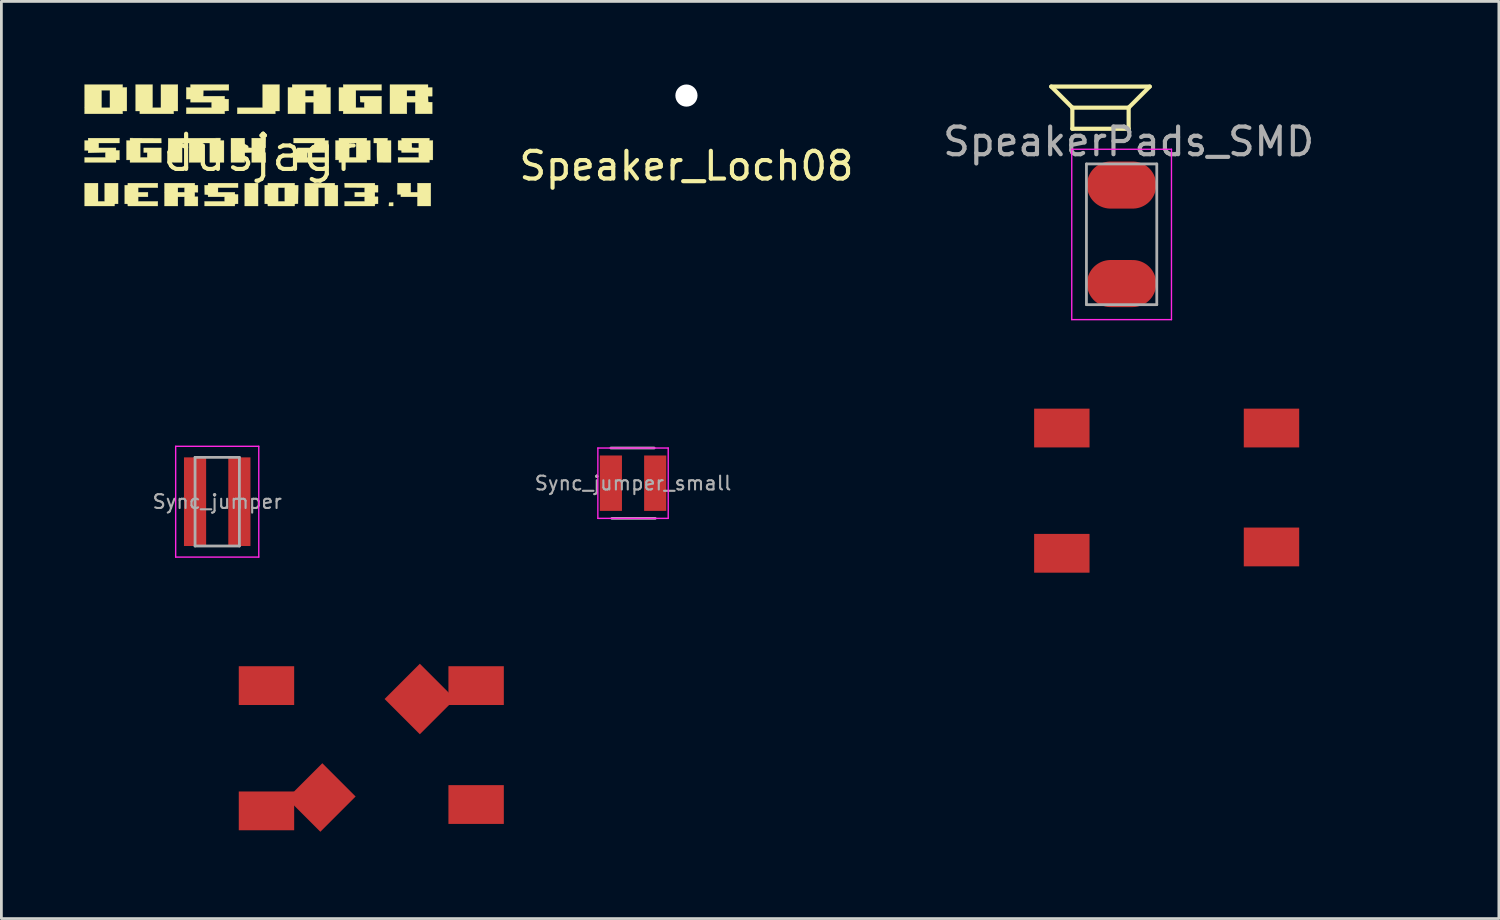
<source format=kicad_pcb>
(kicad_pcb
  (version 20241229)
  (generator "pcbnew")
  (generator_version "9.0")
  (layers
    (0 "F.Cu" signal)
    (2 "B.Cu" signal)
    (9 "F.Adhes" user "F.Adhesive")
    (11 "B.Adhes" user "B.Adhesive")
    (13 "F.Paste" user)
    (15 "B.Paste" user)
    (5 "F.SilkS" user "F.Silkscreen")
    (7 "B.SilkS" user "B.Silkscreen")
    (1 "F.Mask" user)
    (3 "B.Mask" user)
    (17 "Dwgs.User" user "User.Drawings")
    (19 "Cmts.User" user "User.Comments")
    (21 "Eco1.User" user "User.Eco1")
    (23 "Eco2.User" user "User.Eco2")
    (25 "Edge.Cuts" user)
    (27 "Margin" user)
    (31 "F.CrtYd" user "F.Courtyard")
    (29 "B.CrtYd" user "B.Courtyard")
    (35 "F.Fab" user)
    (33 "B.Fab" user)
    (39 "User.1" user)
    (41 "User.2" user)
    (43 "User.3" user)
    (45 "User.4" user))
  (footprint "Sync_jumper_small"
    (layer "F.Cu")
    (at 19.804 14.394)
    (property "Reference" "Sync_jumper_small" (at 0 -2.032 0) (layer "Eco2.User") (effects (font (size 1 1) (thickness 0.15))))
    (attr smd)
    (fp_line (start -1.27 -1.27) (end -1.27 1.27) (stroke (width 0.05) (type solid)) (layer "F.CrtYd"))
    (fp_line (start -1.27 -1.27) (end 1.27 -1.27) (stroke (width 0.05) (type solid)) (layer "F.CrtYd"))
    (fp_line (start -1.27 1.27) (end 1.27 1.27) (stroke (width 0.05) (type solid)) (layer "F.CrtYd"))
    (fp_line (start 1.27 -1.27) (end 1.27 1.27) (stroke (width 0.05) (type solid)) (layer "F.CrtYd"))
    (fp_line (start -0.8 -1.27) (end 0.762 -1.27) (stroke (width 0.1) (type solid)) (layer "F.Fab"))
    (fp_line (start 0.8 1.27) (end -0.762 1.27) (stroke (width 0.1) (type solid)) (layer "F.Fab"))
    (fp_text user "${REFERENCE}" (at 0 0 0) (layer "F.Fab") (effects (font (size 0.5 0.5) (thickness 0.075))))
    (pad "1" smd rect (at -0.8 0) (size 0.8 2) (layers "F.Cu" "F.Mask" "F.Paste"))
    (pad "2" smd rect (at 0.8 0) (size 0.8 2) (layers "F.Cu" "F.Mask" "F.Paste")))
  (footprint "TACTILE-PTH_6mm_SMD_3d"
    (layer "F.Cu")
    (at 10.329 23.963)
    (property "Reference" "TACTILE-PTH_6mm_SMD_3d" (at 0 -2.032 0) (layer "Eco2.User") (effects (font (size 1 1) (thickness 0.127))))
    (attr exclude_from_pos_files exclude_from_bom)
    (fp_line (start -3.048 -1.026) (end -3.048 1.016) (stroke (width 0.203) (type solid)) (layer "Eco2.User"))
    (fp_line (start -2.159 3.048) (end 2.159 3.048) (stroke (width 0.203) (type solid)) (layer "Eco2.User"))
    (fp_line (start -2.032 -1.27) (end -2.032 -0.508) (stroke (width 0.203) (type solid)) (layer "Eco2.User"))
    (fp_line (start -2.032 -0.508) (end -1.651 0.381) (stroke (width 0.203) (type solid)) (layer "Eco2.User"))
    (fp_line (start -2.032 0.508) (end -2.032 1.27) (stroke (width 0.203) (type solid)) (layer "Eco2.User"))
    (fp_line (start 2.159 -3.048) (end -2.159 -3.048) (stroke (width 0.203) (type solid)) (layer "Eco2.User"))
    (fp_line (start 3.048 -0.996) (end 3.048 1.016) (stroke (width 0.203) (type solid)) (layer "Eco2.User"))
    (fp_circle (center 0 0) (end -0.889 0.889) (stroke (width 0.102) (type solid)) (fill no) (layer "Eco2.User"))
    (pad "1" smd rect (at -3.759 -2.261) (size 2 1.4) (layers "F.Cu" "F.Mask" "F.Paste"))
    (pad "1" smd rect (at 1.778 -1.778 45) (size 1.8 1.8) (layers "F.Cu" "F.Mask" "F.Paste"))
    (pad "1" smd rect (at 3.81 -2.261) (size 2 1.4) (layers "F.Cu" "F.Mask" "F.Paste"))
    (pad "2" smd rect (at -3.759 2.261) (size 2 1.4) (layers "F.Cu" "F.Mask" "F.Paste"))
    (pad "2" smd rect (at -1.778 1.778 45) (size 1.8 1.7) (layers "F.Cu" "F.Mask" "F.Paste"))
    (pad "2" smd rect (at 3.81 2.032) (size 2 1.4) (layers "F.Cu" "F.Mask" "F.Paste")))
  (footprint "Sync_jumper"
    (layer "F.Cu")
    (at 4.792 15.062)
    (property "Reference" "Sync_jumper" (at 0 -2.7 0) (layer "Eco2.User") (effects (font (size 1 1) (thickness 0.15))))
    (attr smd)
    (fp_line (start -1.5 -2) (end -1.5 2) (stroke (width 0.05) (type solid)) (layer "F.CrtYd"))
    (fp_line (start -1.5 -2) (end 1.5 -2) (stroke (width 0.05) (type solid)) (layer "F.CrtYd"))
    (fp_line (start -1.5 2) (end 1.5 2) (stroke (width 0.05) (type solid)) (layer "F.CrtYd"))
    (fp_line (start 1.5 -2) (end 1.5 2) (stroke (width 0.05) (type solid)) (layer "F.CrtYd"))
    (fp_line (start -0.8 -1.6) (end 0.8 -1.6) (stroke (width 0.1) (type solid)) (layer "F.Fab"))
    (fp_line (start -0.8 1.6) (end -0.8 -1.6) (stroke (width 0.1) (type solid)) (layer "F.Fab"))
    (fp_line (start 0.8 -1.6) (end 0.8 1.6) (stroke (width 0.1) (type solid)) (layer "F.Fab"))
    (fp_line (start 0.8 1.6) (end -0.8 1.6) (stroke (width 0.1) (type solid)) (layer "F.Fab"))
    (fp_text user "${REFERENCE}" (at 0 0 0) (layer "F.Fab") (effects (font (size 0.5 0.5) (thickness 0.075))))
    (pad "1" smd rect (at -0.8 0) (size 0.8 3.2) (layers "F.Cu" "F.Mask" "F.Paste"))
    (pad "2" smd rect (at 0.8 0) (size 0.8 3.2) (layers "F.Cu" "F.Mask" "F.Paste")))
  (footprint "Speaker_Loch08"
    (layer "F.Cu")
    (at 21.732 0.4)
    (property "Reference" "Speaker_Loch08" (at 0 2.54 0) (layer "F.SilkS") (effects (font (size 1 1) (thickness 0.15))))
    (attr through_hole)
    (pad "" np_thru_hole circle (at 0 0) (size 0.8 0.8) (drill 0.8) (layers "*.Cu" "*.Mask")))
  (footprint "TACTILE-PTH_6mm_SMD"
    (layer "F.Cu")
    (at 39.043 14.664)
    (property "Reference" "TACTILE-PTH_6mm_SMD" (at 0 -2.032 0) (layer "Eco2.User") (effects (font (size 1 1) (thickness 0.127))))
    (attr exclude_from_pos_files exclude_from_bom)
    (fp_line (start -3.048 -1.026) (end -3.048 1.016) (stroke (width 0.203) (type solid)) (layer "Eco2.User"))
    (fp_line (start -2.159 3.048) (end 2.159 3.048) (stroke (width 0.203) (type solid)) (layer "Eco2.User"))
    (fp_line (start -2.032 -1.27) (end -2.032 -0.508) (stroke (width 0.203) (type solid)) (layer "Eco2.User"))
    (fp_line (start -2.032 -0.508) (end -1.651 0.381) (stroke (width 0.203) (type solid)) (layer "Eco2.User"))
    (fp_line (start -2.032 0.508) (end -2.032 1.27) (stroke (width 0.203) (type solid)) (layer "Eco2.User"))
    (fp_line (start 2.159 -3.048) (end -2.159 -3.048) (stroke (width 0.203) (type solid)) (layer "Eco2.User"))
    (fp_line (start 3.048 -0.996) (end 3.048 1.016) (stroke (width 0.203) (type solid)) (layer "Eco2.User"))
    (fp_circle (center 0 0) (end -0.889 0.889) (stroke (width 0.102) (type solid)) (fill no) (layer "Eco2.User"))
    (pad "1" smd rect (at -3.759 -2.261) (size 2 1.4) (layers "F.Cu" "F.Mask" "F.Paste"))
    (pad "1" smd rect (at 3.81 -2.261) (size 2 1.4) (layers "F.Cu" "F.Mask" "F.Paste"))
    (pad "2" smd rect (at -3.759 2.261) (size 2 1.4) (layers "F.Cu" "F.Mask" "F.Paste"))
    (pad "2" smd rect (at 3.81 2.032) (size 2 1.4) (layers "F.Cu" "F.Mask" "F.Paste")))
  (footprint "SpeakerPads_SMD"
    (layer "F.Cu")
    (at 37.442 4.139)
    (property "Reference" "SpeakerPads_SMD" (at 0.254 -2.032 0) (layer "Eco2.User") (effects (font (size 1 1) (thickness 0.15))))
    (attr through_hole)
    (fp_line (start -2.54 -4.064) (end 1.016 -4.064) (stroke (width 0.15) (type solid)) (layer "F.SilkS"))
    (fp_line (start -1.778 -3.302) (end -2.54 -4.064) (stroke (width 0.15) (type solid)) (layer "F.SilkS"))
    (fp_line (start -1.778 -3.302) (end -1.778 -2.54) (stroke (width 0.15) (type solid)) (layer "F.SilkS"))
    (fp_line (start -1.778 -2.54) (end 0.254 -2.54) (stroke (width 0.15) (type solid)) (layer "F.SilkS"))
    (fp_line (start 0.254 -3.302) (end -1.778 -3.302) (stroke (width 0.15) (type solid)) (layer "F.SilkS"))
    (fp_line (start 0.254 -3.302) (end 1.016 -4.064) (stroke (width 0.15) (type solid)) (layer "F.SilkS"))
    (fp_line (start 0.254 -2.54) (end 0.254 -3.302) (stroke (width 0.15) (type solid)) (layer "F.SilkS"))
    (fp_line (start -1.8 -1.8) (end -1.8 4.35) (stroke (width 0.05) (type solid)) (layer "F.CrtYd"))
    (fp_line (start -1.8 4.35) (end 1.8 4.35) (stroke (width 0.05) (type solid)) (layer "F.CrtYd"))
    (fp_line (start 1.8 -1.8) (end -1.8 -1.8) (stroke (width 0.05) (type solid)) (layer "F.CrtYd"))
    (fp_line (start 1.8 4.35) (end 1.8 -1.8) (stroke (width 0.05) (type solid)) (layer "F.CrtYd"))
    (fp_line (start -1.27 -1.27) (end -1.27 3.81) (stroke (width 0.1) (type solid)) (layer "F.Fab"))
    (fp_line (start -1.27 3.81) (end 1.27 3.81) (stroke (width 0.1) (type solid)) (layer "F.Fab"))
    (fp_line (start 1.27 -1.27) (end -1.27 -1.27) (stroke (width 0.1) (type solid)) (layer "F.Fab"))
    (fp_line (start 1.27 3.81) (end 1.27 -1.27) (stroke (width 0.1) (type solid)) (layer "F.Fab"))
    (fp_text user "${REFERENCE}" (at 0.254 -2.076 0) (layer "F.Fab") (effects (font (size 1 1) (thickness 0.15))))
    (pad "1" smd oval (at 0 -0.508) (size 2.5 1.7) (layers "F.Cu" "F.Mask" "F.Paste"))
    (pad "2" smd oval (at 0 3.048) (size 2.5 1.7) (layers "F.Cu" "F.Mask" "F.Paste")))
  (footprint "dusjagr"
    (layer "F.Cu")
    (at 6.33 2.469)
    (property "Reference" "dusjagr" (at 0 0 0) (layer "F.SilkS") (effects (font (size 1.27 1.27) (thickness 0.15))))
    (attr through_hole)
    (fp_poly (pts (xy -0.064 1.918) (xy -0.546 1.918) (xy -0.546 1.092) (xy -0.064 1.092) (xy -0.064 1.918)) (stroke (width 0.01) (type solid)) (fill yes) (layer "F.SilkS"))
    (fp_poly (pts (xy 4.813 1.918) (xy 4.66 1.918) (xy 4.667 1.797) (xy 4.813 1.789) (xy 4.813 1.918)) (stroke (width 0.01) (type solid)) (fill yes) (layer "F.SilkS"))
    (fp_poly (pts (xy 0.711 -1.511) (xy 0.559 -1.511) (xy 0.559 -1.41) (xy -0.813 -1.41) (xy -0.813 -1.626) (xy 0.102 -1.626) (xy 0.102 -2.464) (xy 0.711 -2.464) (xy 0.711 -1.511)) (stroke (width 0.01) (type solid)) (fill yes) (layer "F.SilkS"))
    (fp_poly (pts (xy -3.873 -1.626) (xy -3.569 -1.626) (xy -3.569 -2.464) (xy -2.959 -2.464) (xy -2.959 -1.511) (xy -3.111 -1.511) (xy -3.111 -1.41) (xy -4.331 -1.41) (xy -4.331 -1.511) (xy -4.483 -1.511) (xy -4.483 -2.464) (xy -3.873 -2.464) (xy -3.873 -1.626)) (stroke (width 0.01) (type solid)) (fill yes) (layer "F.SilkS"))
    (fp_poly (pts (xy 5.448 1.422) (xy 5.69 1.422) (xy 5.69 1.092) (xy 6.172 1.092) (xy 6.172 1.918) (xy 5.69 1.918) (xy 5.69 1.587) (xy 5.093 1.587) (xy 5.093 1.499) (xy 4.966 1.499) (xy 4.966 1.092) (xy 5.448 1.092) (xy 5.448 1.422)) (stroke (width 0.01) (type solid)) (fill yes) (layer "F.SilkS"))
    (fp_poly (pts (xy -5.842 1.753) (xy -5.601 1.753) (xy -5.601 1.092) (xy -5.118 1.092) (xy -5.118 1.841) (xy -5.182 1.841) (xy -5.219 1.842) (xy -5.238 1.847) (xy -5.244 1.861) (xy -5.245 1.88) (xy -5.245 1.918) (xy -6.325 1.918) (xy -6.325 1.092) (xy -5.842 1.092) (xy -5.842 1.753)) (stroke (width 0.01) (type solid)) (fill yes) (layer "F.SilkS"))
    (fp_poly (pts (xy 2.705 1.13) (xy 2.707 1.154) (xy 2.716 1.165) (xy 2.741 1.168) (xy 2.762 1.168) (xy 2.819 1.168) (xy 2.819 1.918) (xy 2.349 1.918) (xy 2.349 1.257) (xy 2.108 1.257) (xy 2.108 1.918) (xy 1.626 1.918) (xy 1.626 1.092) (xy 2.705 1.092) (xy 2.705 1.13)) (stroke (width 0.01) (type solid)) (fill yes) (layer "F.SilkS"))
    (fp_poly (pts (xy -4.953 -2.362) (xy -4.801 -2.362) (xy -4.801 -1.511) (xy -4.953 -1.511) (xy -4.953 -1.41) (xy -6.325 -1.41) (xy -6.325 -2.261) (xy -5.715 -2.261) (xy -5.715 -1.626) (xy -5.41 -1.626) (xy -5.41 -2.261) (xy -5.715 -2.261) (xy -6.325 -2.261) (xy -6.325 -2.464) (xy -4.953 -2.464) (xy -4.953 -2.362)) (stroke (width 0.01) (type solid)) (fill yes) (layer "F.SilkS"))
    (fp_poly (pts (xy -4.124 -0.53) (xy -3.562 -0.527) (xy -3.555 -0.356) (xy -4.318 -0.356) (xy -4.318 0.165) (xy -4.064 0.165) (xy -4.064 -0.013) (xy -4.191 -0.013) (xy -4.191 -0.178) (xy -3.556 -0.178) (xy -3.556 0.343) (xy -4.686 0.343) (xy -4.686 0.254) (xy -4.813 0.254) (xy -4.813 -0.445) (xy -4.686 -0.445) (xy -4.686 -0.534) (xy -4.124 -0.53)) (stroke (width 0.01) (type solid)) (fill yes) (layer "F.SilkS"))
    (fp_poly (pts (xy 4.394 -2.261) (xy 3.467 -2.261) (xy 3.467 -1.626) (xy 3.772 -1.626) (xy 3.772 -1.828) (xy 3.699 -1.831) (xy 3.626 -1.835) (xy 3.618 -2.045) (xy 4.394 -2.045) (xy 4.394 -1.41) (xy 3.01 -1.41) (xy 3.01 -1.511) (xy 2.857 -1.511) (xy 2.857 -2.362) (xy 3.01 -2.362) (xy 3.01 -2.464) (xy 4.394 -2.464) (xy 4.394 -2.261)) (stroke (width 0.01) (type solid)) (fill yes) (layer "F.SilkS"))
    (fp_poly (pts (xy 2.4 -2.362) (xy 2.553 -2.362) (xy 2.553 -1.41) (xy 1.943 -1.41) (xy 1.943 -1.829) (xy 1.638 -1.829) (xy 1.638 -1.41) (xy 1.016 -1.41) (xy 1.016 -2.261) (xy 1.638 -2.261) (xy 1.638 -2.045) (xy 1.943 -2.045) (xy 1.943 -2.261) (xy 1.638 -2.261) (xy 1.016 -2.261) (xy 1.016 -2.362) (xy 1.168 -2.362) (xy 1.168 -2.464) (xy 2.4 -2.464) (xy 2.4 -2.362)) (stroke (width 0.01) (type solid)) (fill yes) (layer "F.SilkS"))
    (fp_poly (pts (xy 3.861 -0.445) (xy 3.988 -0.445) (xy 3.988 0.254) (xy 3.861 0.254) (xy 3.861 0.343) (xy 2.857 0.343) (xy 2.857 0.254) (xy 2.731 0.254) (xy 2.731 -0.356) (xy 3.226 -0.356) (xy 3.226 0.165) (xy 3.48 0.165) (xy 3.48 -0.356) (xy 3.226 -0.356) (xy 2.731 -0.356) (xy 2.731 -0.445) (xy 2.857 -0.445) (xy 2.857 -0.533) (xy 3.861 -0.533) (xy 3.861 -0.445)) (stroke (width 0.01) (type solid)) (fill yes) (layer "F.SilkS"))
    (fp_poly (pts (xy -0.543 -0.359) (xy -0.54 -0.184) (xy -0.416 -0.181) (xy -0.292 -0.177) (xy -0.292 -0.533) (xy 0.217 -0.533) (xy 0.21 -0.184) (xy 0.149 -0.18) (xy 0.089 -0.176) (xy 0.089 -0.014) (xy 0.21 -0.006) (xy 0.217 0.343) (xy -0.292 0.343) (xy -0.292 -0.014) (xy -0.54 -0.006) (xy -0.543 0.168) (xy -0.547 0.343) (xy -1.041 0.343) (xy -1.041 -0.533) (xy -0.547 -0.533) (xy -0.543 -0.359)) (stroke (width 0.01) (type solid)) (fill yes) (layer "F.SilkS"))
    (fp_poly (pts (xy 4.61 -0.445) (xy 4.737 -0.445) (xy 4.737 0.343) (xy 4.492 0.343) (xy 4.415 0.342) (xy 4.347 0.341) (xy 4.293 0.34) (xy 4.255 0.337) (xy 4.238 0.335) (xy 4.238 0.334) (xy 4.235 0.32) (xy 4.233 0.284) (xy 4.232 0.228) (xy 4.23 0.158) (xy 4.229 0.076) (xy 4.229 -0.015) (xy 4.229 -0.356) (xy 4.115 -0.356) (xy 4.115 -0.533) (xy 4.61 -0.533) (xy 4.61 -0.445)) (stroke (width 0.01) (type solid)) (fill yes) (layer "F.SilkS"))
    (fp_poly (pts (xy -5.067 -0.356) (xy -5.817 -0.356) (xy -5.817 -0.178) (xy -5.194 -0.178) (xy -5.194 -0.089) (xy -5.067 -0.089) (xy -5.067 0.254) (xy -5.194 0.254) (xy -5.194 0.343) (xy -6.325 0.343) (xy -6.325 0.165) (xy -5.575 0.165) (xy -5.575 -0.017) (xy -5.886 -0.009) (xy -6.198 -0.000279) (xy -6.198 -0.089) (xy -6.325 -0.089) (xy -6.325 -0.445) (xy -6.198 -0.445) (xy -6.198 -0.533) (xy -5.067 -0.533) (xy -5.067 -0.356)) (stroke (width 0.01) (type solid)) (fill yes) (layer "F.SilkS"))
    (fp_poly (pts (xy -1.118 -2.261) (xy -1.578 -2.258) (xy -2.038 -2.254) (xy -2.046 -2.045) (xy -1.27 -2.045) (xy -1.27 -1.944) (xy -1.124 -1.937) (xy -1.124 -1.518) (xy -1.197 -1.514) (xy -1.27 -1.51) (xy -1.27 -1.41) (xy -2.654 -1.41) (xy -2.654 -1.626) (xy -1.74 -1.626) (xy -1.74 -1.829) (xy -2.502 -1.829) (xy -2.502 -1.943) (xy -2.654 -1.943) (xy -2.654 -2.362) (xy -2.502 -2.362) (xy -2.502 -2.464) (xy -1.118 -2.464) (xy -1.118 -2.261)) (stroke (width 0.01) (type solid)) (fill yes) (layer "F.SilkS"))
    (fp_poly (pts (xy 6.071 -2.362) (xy 6.223 -2.362) (xy 6.223 -2.045) (xy 6.07 -2.045) (xy 6.077 -1.835) (xy 6.15 -1.831) (xy 6.223 -1.828) (xy 6.223 -1.41) (xy 5.613 -1.41) (xy 5.613 -1.829) (xy 5.309 -1.829) (xy 5.309 -1.41) (xy 4.699 -1.41) (xy 4.699 -2.261) (xy 5.309 -2.261) (xy 5.309 -2.045) (xy 5.613 -2.045) (xy 5.613 -2.261) (xy 5.309 -2.261) (xy 4.699 -2.261) (xy 4.699 -2.464) (xy 6.071 -2.464) (xy 6.071 -2.362)) (stroke (width 0.01) (type solid)) (fill yes) (layer "F.SilkS"))
    (fp_poly (pts (xy 2.349 -0.445) (xy 2.477 -0.445) (xy 2.477 -0.102) (xy 2.349 -0.102) (xy 2.349 -0.013) (xy 1.721 -0.006) (xy 1.717 0.079) (xy 1.713 0.165) (xy 2.477 0.165) (xy 2.477 0.343) (xy 1.219 0.343) (xy 1.219 -0.088) (xy 1.28 -0.091) (xy 1.316 -0.095) (xy 1.334 -0.103) (xy 1.342 -0.119) (xy 1.344 -0.137) (xy 1.348 -0.178) (xy 1.968 -0.178) (xy 1.968 -0.356) (xy 1.219 -0.356) (xy 1.219 -0.533) (xy 2.349 -0.533) (xy 2.349 -0.445)) (stroke (width 0.01) (type solid)) (fill yes) (layer "F.SilkS"))
    (fp_poly (pts (xy -3.683 1.257) (xy -4.394 1.257) (xy -4.394 1.422) (xy -4.039 1.422) (xy -4.039 1.587) (xy -4.394 1.587) (xy -4.394 1.753) (xy -3.683 1.753) (xy -3.683 1.918) (xy -4.763 1.918) (xy -4.763 1.88) (xy -4.764 1.856) (xy -4.774 1.845) (xy -4.798 1.842) (xy -4.82 1.841) (xy -4.877 1.841) (xy -4.877 1.168) (xy -4.82 1.168) (xy -4.785 1.167) (xy -4.768 1.161) (xy -4.763 1.145) (xy -4.763 1.13) (xy -4.763 1.092) (xy -3.683 1.092) (xy -3.683 1.257)) (stroke (width 0.01) (type solid)) (fill yes) (layer "F.SilkS"))
    (fp_poly (pts (xy -2.349 1.13) (xy -2.348 1.154) (xy -2.338 1.165) (xy -2.314 1.168) (xy -2.292 1.168) (xy -2.235 1.168) (xy -2.235 1.422) (xy -2.349 1.422) (xy -2.349 1.587) (xy -2.235 1.587) (xy -2.235 1.918) (xy -2.718 1.918) (xy -2.718 1.587) (xy -2.959 1.587) (xy -2.959 1.918) (xy -3.442 1.918) (xy -3.442 1.257) (xy -2.959 1.257) (xy -2.959 1.422) (xy -2.718 1.422) (xy -2.718 1.257) (xy -2.959 1.257) (xy -3.442 1.257) (xy -3.442 1.092) (xy -2.349 1.092) (xy -2.349 1.13)) (stroke (width 0.01) (type solid)) (fill yes) (layer "F.SilkS"))
    (fp_poly (pts (xy -1.422 -0.445) (xy -1.295 -0.445) (xy -1.295 0.343) (xy -1.803 0.343) (xy -1.803 -0.356) (xy -2.057 -0.356) (xy -2.057 0.343) (xy -2.553 0.343) (xy -2.553 -0.356) (xy -2.807 -0.356) (xy -2.807 0.343) (xy -3.055 0.343) (xy -3.146 0.342) (xy -3.214 0.341) (xy -3.262 0.339) (xy -3.292 0.335) (xy -3.307 0.33) (xy -3.309 0.327) (xy -3.31 0.311) (xy -3.311 0.272) (xy -3.312 0.215) (xy -3.312 0.141) (xy -3.313 0.054) (xy -3.312 -0.042) (xy -3.312 -0.108) (xy -3.308 -0.527) (xy -2.365 -0.53) (xy -1.422 -0.534) (xy -1.422 -0.445)) (stroke (width 0.01) (type solid)) (fill yes) (layer "F.SilkS"))
    (fp_poly (pts (xy 4.153 1.13) (xy 4.155 1.154) (xy 4.164 1.165) (xy 4.188 1.168) (xy 4.21 1.168) (xy 4.267 1.168) (xy 4.267 1.422) (xy 4.153 1.422) (xy 4.153 1.587) (xy 4.267 1.587) (xy 4.267 1.841) (xy 4.21 1.841) (xy 4.175 1.843) (xy 4.158 1.849) (xy 4.153 1.865) (xy 4.153 1.88) (xy 4.153 1.918) (xy 3.061 1.918) (xy 3.061 1.753) (xy 3.785 1.753) (xy 3.785 1.587) (xy 3.429 1.587) (xy 3.429 1.422) (xy 3.785 1.422) (xy 3.785 1.258) (xy 3.426 1.254) (xy 3.067 1.251) (xy 3.063 1.172) (xy 3.059 1.092) (xy 4.153 1.092) (xy 4.153 1.13)) (stroke (width 0.01) (type solid)) (fill yes) (layer "F.SilkS"))
    (fp_poly (pts (xy 6.121 -0.445) (xy 6.248 -0.445) (xy 6.248 0.254) (xy 6.121 0.254) (xy 6.121 0.343) (xy 4.991 0.343) (xy 4.991 0.165) (xy 5.74 0.165) (xy 5.74 -0.013) (xy 5.12 -0.013) (xy 5.116 -0.054) (xy 5.112 -0.079) (xy 5.101 -0.092) (xy 5.076 -0.097) (xy 5.051 -0.099) (xy 4.991 -0.103) (xy 4.991 -0.356) (xy 5.486 -0.356) (xy 5.486 -0.275) (xy 5.488 -0.232) (xy 5.491 -0.2) (xy 5.495 -0.186) (xy 5.511 -0.183) (xy 5.545 -0.18) (xy 5.594 -0.178) (xy 5.622 -0.178) (xy 5.74 -0.178) (xy 5.74 -0.356) (xy 5.486 -0.356) (xy 4.991 -0.356) (xy 4.991 -0.445) (xy 5.118 -0.445) (xy 5.118 -0.533) (xy 6.121 -0.533) (xy 6.121 -0.445)) (stroke (width 0.01) (type solid)) (fill yes) (layer "F.SilkS"))
    (fp_poly (pts (xy -0.787 1.257) (xy -1.511 1.257) (xy -1.511 1.422) (xy -0.902 1.422) (xy -0.902 1.46) (xy -0.9 1.484) (xy -0.89 1.495) (xy -0.866 1.498) (xy -0.845 1.499) (xy -0.787 1.499) (xy -0.787 1.841) (xy -0.845 1.841) (xy -0.88 1.843) (xy -0.896 1.849) (xy -0.901 1.865) (xy -0.902 1.88) (xy -0.902 1.918) (xy -1.994 1.918) (xy -1.994 1.753) (xy -1.27 1.753) (xy -1.27 1.587) (xy -1.867 1.587) (xy -1.867 1.55) (xy -1.869 1.527) (xy -1.879 1.516) (xy -1.903 1.511) (xy -1.927 1.509) (xy -1.988 1.505) (xy -1.995 1.168) (xy -1.931 1.168) (xy -1.893 1.168) (xy -1.874 1.163) (xy -1.868 1.149) (xy -1.867 1.13) (xy -1.867 1.092) (xy -0.787 1.092) (xy -0.787 1.257)) (stroke (width 0.01) (type solid)) (fill yes) (layer "F.SilkS"))
    (fp_poly (pts (xy 1.257 1.13) (xy 1.259 1.153) (xy 1.267 1.164) (xy 1.289 1.168) (xy 1.321 1.168) (xy 1.385 1.168) (xy 1.381 1.502) (xy 1.378 1.835) (xy 1.318 1.839) (xy 1.281 1.842) (xy 1.263 1.85) (xy 1.258 1.865) (xy 1.257 1.88) (xy 1.257 1.918) (xy 0.292 1.918) (xy 0.292 1.88) (xy 0.29 1.856) (xy 0.281 1.845) (xy 0.257 1.842) (xy 0.235 1.841) (xy 0.178 1.841) (xy 0.178 1.257) (xy 0.66 1.257) (xy 0.66 1.753) (xy 0.902 1.753) (xy 0.902 1.257) (xy 0.66 1.257) (xy 0.178 1.257) (xy 0.178 1.168) (xy 0.235 1.168) (xy 0.27 1.167) (xy 0.287 1.161) (xy 0.292 1.145) (xy 0.292 1.13) (xy 0.292 1.092) (xy 1.257 1.092) (xy 1.257 1.13)) (stroke (width 0.01) (type solid)) (fill yes) (layer "F.SilkS")))
  (gr_rect
    (start -3 -3)
    (end 51.062 30.112)
    (stroke (width 0.1) (type default))
    (fill no)
    (layer "Edge.Cuts")))
</source>
